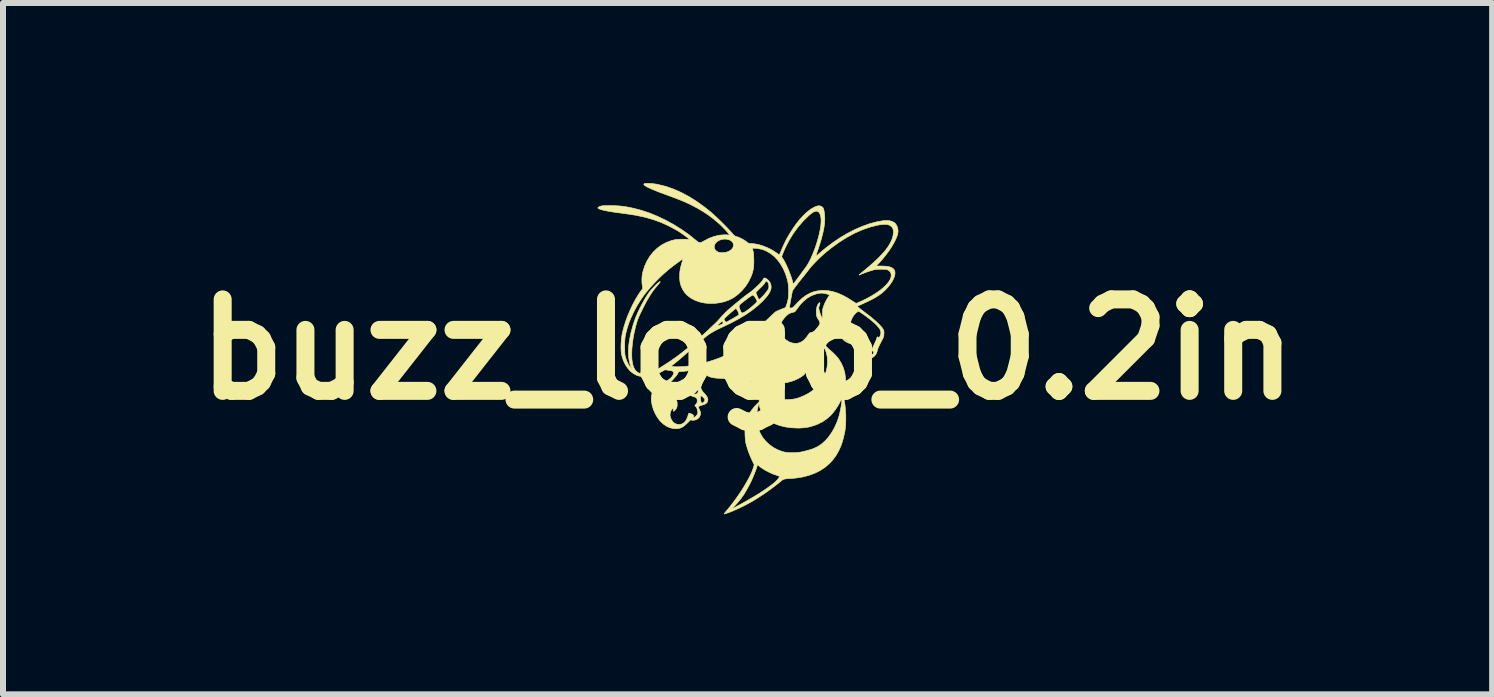
<source format=kicad_pcb>
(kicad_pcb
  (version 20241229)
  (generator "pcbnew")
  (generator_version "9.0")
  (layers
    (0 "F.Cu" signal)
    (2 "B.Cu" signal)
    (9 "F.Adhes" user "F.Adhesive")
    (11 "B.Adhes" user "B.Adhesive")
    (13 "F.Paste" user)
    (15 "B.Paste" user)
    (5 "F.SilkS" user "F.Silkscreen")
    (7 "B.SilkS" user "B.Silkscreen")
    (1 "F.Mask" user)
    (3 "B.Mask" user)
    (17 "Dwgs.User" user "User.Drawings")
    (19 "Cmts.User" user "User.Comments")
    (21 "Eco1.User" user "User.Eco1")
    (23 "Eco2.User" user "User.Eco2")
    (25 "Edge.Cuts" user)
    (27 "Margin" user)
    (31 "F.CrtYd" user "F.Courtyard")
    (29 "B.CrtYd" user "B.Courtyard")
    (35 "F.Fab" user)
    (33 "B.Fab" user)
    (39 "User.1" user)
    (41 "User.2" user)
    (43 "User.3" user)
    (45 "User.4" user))
  (footprint "buzz_logo_0.2in"
    (layer "F.Cu")
    (at 9.405 2.773)
    (property "Reference" "buzz_logo_0.2in" (at 0 0 0) (layer "F.SilkS") (effects (font (size 1.524 1.524) (thickness 0.3))))
    (attr through_hole)
    (fp_poly (pts (xy -1.631 -2.767) (xy -1.593 -2.764) (xy -1.554 -2.76) (xy -1.517 -2.755) (xy -1.489 -2.749) (xy -1.36 -2.717) (xy -1.231 -2.672) (xy -1.103 -2.615) (xy -0.975 -2.547) (xy -0.846 -2.466) (xy -0.717 -2.373) (xy -0.622 -2.297) (xy -0.587 -2.267) (xy -0.546 -2.229) (xy -0.5 -2.187) (xy -0.453 -2.142) (xy -0.406 -2.095) (xy -0.361 -2.05) (xy -0.32 -2.007) (xy -0.285 -1.97) (xy -0.264 -1.945) (xy -0.243 -1.921) (xy -0.227 -1.905) (xy -0.214 -1.894) (xy -0.2 -1.887) (xy -0.185 -1.882) (xy -0.139 -1.866) (xy -0.091 -1.842) (xy -0.046 -1.816) (xy -0.019 -1.796) (xy 0.001 -1.78) (xy 0.016 -1.771) (xy 0.03 -1.767) (xy 0.047 -1.765) (xy 0.059 -1.765) (xy 0.122 -1.76) (xy 0.191 -1.746) (xy 0.262 -1.724) (xy 0.334 -1.695) (xy 0.404 -1.66) (xy 0.468 -1.619) (xy 0.476 -1.614) (xy 0.496 -1.599) (xy 0.513 -1.587) (xy 0.523 -1.58) (xy 0.524 -1.58) (xy 0.53 -1.582) (xy 0.538 -1.595) (xy 0.55 -1.62) (xy 0.559 -1.643) (xy 0.601 -1.74) (xy 0.648 -1.835) (xy 0.699 -1.925) (xy 0.754 -2.011) (xy 0.81 -2.091) (xy 0.869 -2.165) (xy 0.928 -2.23) (xy 0.987 -2.286) (xy 1.045 -2.332) (xy 1.102 -2.366) (xy 1.105 -2.368) (xy 1.145 -2.385) (xy 1.177 -2.394) (xy 1.205 -2.393) (xy 1.23 -2.384) (xy 1.239 -2.378) (xy 1.251 -2.369) (xy 1.26 -2.357) (xy 1.267 -2.342) (xy 1.273 -2.319) (xy 1.278 -2.288) (xy 1.283 -2.251) (xy 1.287 -2.185) (xy 1.284 -2.11) (xy 1.273 -2.027) (xy 1.254 -1.936) (xy 1.228 -1.835) (xy 1.194 -1.725) (xy 1.182 -1.689) (xy 1.17 -1.653) (xy 1.158 -1.62) (xy 1.149 -1.592) (xy 1.143 -1.572) (xy 1.14 -1.563) (xy 1.14 -1.557) (xy 1.145 -1.559) (xy 1.157 -1.568) (xy 1.177 -1.584) (xy 1.188 -1.594) (xy 1.304 -1.692) (xy 1.422 -1.781) (xy 1.542 -1.862) (xy 1.664 -1.934) (xy 1.786 -1.997) (xy 1.908 -2.05) (xy 2.027 -2.093) (xy 2.144 -2.125) (xy 2.257 -2.146) (xy 2.262 -2.147) (xy 2.32 -2.15) (xy 2.371 -2.145) (xy 2.415 -2.131) (xy 2.451 -2.11) (xy 2.472 -2.087) (xy 2.49 -2.056) (xy 2.502 -2.019) (xy 2.508 -1.98) (xy 2.508 -1.973) (xy 2.504 -1.933) (xy 2.49 -1.886) (xy 2.468 -1.833) (xy 2.438 -1.775) (xy 2.402 -1.713) (xy 2.359 -1.648) (xy 2.31 -1.582) (xy 2.257 -1.515) (xy 2.199 -1.449) (xy 2.196 -1.446) (xy 2.145 -1.391) (xy 2.23 -1.391) (xy 2.294 -1.388) (xy 2.347 -1.382) (xy 2.388 -1.37) (xy 2.42 -1.353) (xy 2.441 -1.331) (xy 2.454 -1.304) (xy 2.457 -1.271) (xy 2.452 -1.231) (xy 2.436 -1.186) (xy 2.412 -1.139) (xy 2.38 -1.09) (xy 2.341 -1.041) (xy 2.297 -0.993) (xy 2.249 -0.949) (xy 2.197 -0.909) (xy 2.183 -0.9) (xy 2.142 -0.874) (xy 2.099 -0.849) (xy 2.051 -0.824) (xy 1.995 -0.797) (xy 1.93 -0.767) (xy 1.926 -0.765) (xy 1.829 -0.721) (xy 1.843 -0.706) (xy 1.852 -0.698) (xy 1.87 -0.683) (xy 1.894 -0.664) (xy 1.924 -0.641) (xy 1.958 -0.615) (xy 1.981 -0.598) (xy 2.038 -0.554) (xy 2.092 -0.51) (xy 2.14 -0.468) (xy 2.182 -0.428) (xy 2.217 -0.392) (xy 2.244 -0.361) (xy 2.257 -0.341) (xy 2.266 -0.324) (xy 2.271 -0.309) (xy 2.273 -0.292) (xy 2.273 -0.267) (xy 2.272 -0.262) (xy 2.271 -0.237) (xy 2.267 -0.216) (xy 2.26 -0.196) (xy 2.249 -0.172) (xy 2.242 -0.159) (xy 2.219 -0.115) (xy 2.201 -0.081) (xy 2.188 -0.053) (xy 2.178 -0.032) (xy 2.171 -0.013) (xy 2.166 0.004) (xy 2.161 0.021) (xy 2.161 0.025) (xy 2.145 0.069) (xy 2.121 0.104) (xy 2.087 0.132) (xy 2.067 0.143) (xy 2.038 0.154) (xy 2.011 0.156) (xy 1.985 0.149) (xy 1.955 0.131) (xy 1.945 0.124) (xy 1.917 0.102) (xy 1.891 0.079) (xy 1.863 0.052) (xy 1.833 0.019) (xy 1.797 -0.021) (xy 1.796 -0.022) (xy 1.773 -0.048) (xy 1.756 -0.067) (xy 1.742 -0.08) (xy 1.728 -0.089) (xy 1.713 -0.096) (xy 1.694 -0.103) (xy 1.652 -0.122) (xy 1.617 -0.143) (xy 1.591 -0.167) (xy 1.574 -0.19) (xy 1.572 -0.198) (xy 1.613 -0.198) (xy 1.619 -0.175) (xy 1.631 -0.158) (xy 1.645 -0.147) (xy 1.66 -0.141) (xy 1.681 -0.14) (xy 1.682 -0.14) (xy 1.703 -0.141) (xy 1.714 -0.144) (xy 1.719 -0.151) (xy 1.72 -0.153) (xy 1.723 -0.158) (xy 1.727 -0.159) (xy 1.735 -0.156) (xy 1.749 -0.147) (xy 1.77 -0.131) (xy 1.785 -0.119) (xy 1.827 -0.087) (xy 1.862 -0.061) (xy 1.893 -0.039) (xy 1.923 -0.02) (xy 1.929 -0.016) (xy 1.945 -0.006) (xy 1.952 0.001) (xy 1.951 0.007) (xy 1.946 0.013) (xy 1.935 0.022) (xy 1.921 0.024) (xy 1.908 0.022) (xy 1.883 0.019) (xy 1.908 0.041) (xy 1.938 0.064) (xy 1.971 0.082) (xy 2.003 0.093) (xy 2.022 0.095) (xy 2.045 0.092) (xy 2.069 0.085) (xy 2.075 0.083) (xy 2.091 0.074) (xy 2.1 0.065) (xy 2.102 0.062) (xy 2.099 0.042) (xy 2.091 0.029) (xy 2.082 0.025) (xy 2.07 0.022) (xy 2.067 0.018) (xy 2.068 0.011) (xy 2.074 -0.006) (xy 2.084 -0.03) (xy 2.097 -0.059) (xy 2.104 -0.072) (xy 2.12 -0.105) (xy 2.134 -0.136) (xy 2.145 -0.163) (xy 2.152 -0.183) (xy 2.153 -0.187) (xy 2.158 -0.204) (xy 2.162 -0.212) (xy 2.166 -0.21) (xy 2.17 -0.206) (xy 2.181 -0.198) (xy 2.193 -0.203) (xy 2.206 -0.22) (xy 2.211 -0.229) (xy 2.221 -0.262) (xy 2.22 -0.297) (xy 2.209 -0.331) (xy 2.207 -0.335) (xy 2.183 -0.369) (xy 2.15 -0.407) (xy 2.106 -0.449) (xy 2.054 -0.493) (xy 1.995 -0.539) (xy 1.93 -0.586) (xy 1.891 -0.613) (xy 1.871 -0.625) (xy 1.858 -0.632) (xy 1.848 -0.633) (xy 1.837 -0.63) (xy 1.835 -0.629) (xy 1.809 -0.612) (xy 1.783 -0.586) (xy 1.759 -0.552) (xy 1.742 -0.521) (xy 1.726 -0.485) (xy 1.717 -0.457) (xy 1.716 -0.436) (xy 1.72 -0.42) (xy 1.729 -0.409) (xy 1.745 -0.389) (xy 1.751 -0.368) (xy 1.745 -0.346) (xy 1.729 -0.321) (xy 1.7 -0.293) (xy 1.679 -0.275) (xy 1.656 -0.257) (xy 1.637 -0.24) (xy 1.624 -0.228) (xy 1.619 -0.222) (xy 1.613 -0.198) (xy 1.572 -0.198) (xy 1.569 -0.213) (xy 1.574 -0.236) (xy 1.589 -0.264) (xy 1.614 -0.298) (xy 1.635 -0.323) (xy 1.657 -0.349) (xy 1.671 -0.369) (xy 1.675 -0.383) (xy 1.671 -0.391) (xy 1.659 -0.396) (xy 1.648 -0.397) (xy 1.626 -0.398) (xy 1.595 -0.398) (xy 1.558 -0.399) (xy 1.517 -0.399) (xy 1.473 -0.399) (xy 1.429 -0.399) (xy 1.387 -0.399) (xy 1.348 -0.398) (xy 1.316 -0.398) (xy 1.291 -0.397) (xy 1.277 -0.396) (xy 1.275 -0.396) (xy 1.262 -0.391) (xy 1.257 -0.385) (xy 1.254 -0.377) (xy 1.244 -0.361) (xy 1.229 -0.34) (xy 1.213 -0.318) (xy 1.195 -0.294) (xy 1.181 -0.273) (xy 1.171 -0.257) (xy 1.168 -0.25) (xy 1.172 -0.236) (xy 1.182 -0.216) (xy 1.197 -0.192) (xy 1.214 -0.166) (xy 1.225 -0.152) (xy 1.258 -0.112) (xy 1.29 -0.074) (xy 1.321 -0.04) (xy 1.347 -0.013) (xy 1.368 0.006) (xy 1.375 0.012) (xy 1.406 0.037) (xy 1.44 0.069) (xy 1.473 0.104) (xy 1.503 0.138) (xy 1.519 0.159) (xy 1.563 0.231) (xy 1.597 0.307) (xy 1.62 0.387) (xy 1.632 0.472) (xy 1.633 0.562) (xy 1.624 0.659) (xy 1.612 0.723) (xy 1.599 0.789) (xy 1.612 0.853) (xy 1.624 0.928) (xy 1.632 1.01) (xy 1.637 1.095) (xy 1.637 1.181) (xy 1.634 1.262) (xy 1.626 1.336) (xy 1.623 1.359) (xy 1.598 1.474) (xy 1.566 1.58) (xy 1.525 1.676) (xy 1.476 1.764) (xy 1.418 1.842) (xy 1.372 1.892) (xy 1.298 1.958) (xy 1.216 2.013) (xy 1.125 2.059) (xy 1.026 2.096) (xy 0.919 2.124) (xy 0.804 2.142) (xy 0.743 2.147) (xy 0.697 2.15) (xy 0.662 2.153) (xy 0.636 2.156) (xy 0.616 2.159) (xy 0.6 2.164) (xy 0.586 2.171) (xy 0.572 2.18) (xy 0.557 2.193) (xy 0.542 2.206) (xy 0.458 2.272) (xy 0.368 2.339) (xy 0.275 2.405) (xy 0.181 2.466) (xy 0.092 2.522) (xy 0.054 2.543) (xy -0.006 2.576) (xy -0.069 2.609) (xy -0.133 2.64) (xy -0.197 2.669) (xy -0.256 2.695) (xy -0.31 2.716) (xy -0.356 2.731) (xy -0.361 2.733) (xy -0.38 2.738) (xy -0.389 2.74) (xy -0.39 2.737) (xy -0.386 2.732) (xy -0.379 2.723) (xy -0.366 2.707) (xy -0.348 2.685) (xy -0.33 2.664) (xy -0.329 2.663) (xy -0.27 2.663) (xy -0.219 2.635) (xy -0.195 2.622) (xy -0.164 2.605) (xy -0.128 2.585) (xy -0.091 2.565) (xy -0.076 2.557) (xy 0.019 2.503) (xy 0.108 2.451) (xy 0.19 2.401) (xy 0.265 2.352) (xy 0.332 2.307) (xy 0.39 2.264) (xy 0.439 2.226) (xy 0.478 2.191) (xy 0.506 2.161) (xy 0.515 2.149) (xy 0.525 2.133) (xy 0.532 2.12) (xy 0.533 2.116) (xy 0.528 2.112) (xy 0.513 2.106) (xy 0.491 2.098) (xy 0.478 2.093) (xy 0.422 2.074) (xy 0.365 2.048) (xy 0.309 2.02) (xy 0.258 1.989) (xy 0.214 1.959) (xy 0.192 1.941) (xy 0.167 1.918) (xy 0.153 1.964) (xy 0.136 2.013) (xy 0.114 2.069) (xy 0.09 2.128) (xy 0.064 2.187) (xy 0.038 2.241) (xy 0.034 2.248) (xy -0.014 2.337) (xy -0.062 2.417) (xy -0.113 2.488) (xy -0.168 2.555) (xy -0.209 2.6) (xy -0.27 2.663) (xy -0.329 2.663) (xy -0.272 2.592) (xy -0.216 2.518) (xy -0.161 2.441) (xy -0.109 2.364) (xy -0.061 2.289) (xy -0.018 2.215) (xy 0.021 2.145) (xy 0.053 2.081) (xy 0.079 2.022) (xy 0.097 1.971) (xy 0.1 1.96) (xy 0.111 1.919) (xy 0.071 1.837) (xy 0.045 1.777) (xy 0.019 1.713) (xy -0.003 1.648) (xy -0.021 1.587) (xy -0.029 1.556) (xy -0.033 1.531) (xy -0.037 1.497) (xy -0.04 1.457) (xy -0.042 1.415) (xy -0.042 1.407) (xy -0.043 1.364) (xy -0.043 1.331) (xy -0.042 1.304) (xy -0.039 1.279) (xy -0.035 1.253) (xy -0.033 1.245) (xy -0.011 1.162) (xy 0.011 1.108) (xy 0.153 1.108) (xy 0.157 1.195) (xy 0.171 1.279) (xy 0.195 1.358) (xy 0.214 1.4) (xy 0.254 1.468) (xy 0.305 1.53) (xy 0.365 1.586) (xy 0.432 1.634) (xy 0.504 1.672) (xy 0.581 1.701) (xy 0.619 1.71) (xy 0.656 1.716) (xy 0.701 1.719) (xy 0.75 1.72) (xy 0.799 1.719) (xy 0.845 1.715) (xy 0.877 1.711) (xy 0.916 1.703) (xy 0.961 1.692) (xy 1.006 1.68) (xy 1.049 1.668) (xy 1.085 1.656) (xy 1.099 1.651) (xy 1.167 1.619) (xy 1.232 1.576) (xy 1.294 1.521) (xy 1.351 1.457) (xy 1.403 1.383) (xy 1.45 1.3) (xy 1.49 1.21) (xy 1.507 1.164) (xy 1.519 1.128) (xy 1.53 1.088) (xy 1.54 1.045) (xy 1.549 1.002) (xy 1.557 0.96) (xy 1.563 0.922) (xy 1.568 0.888) (xy 1.57 0.861) (xy 1.569 0.842) (xy 1.565 0.833) (xy 1.564 0.832) (xy 1.559 0.837) (xy 1.551 0.852) (xy 1.541 0.872) (xy 1.54 0.875) (xy 1.519 0.916) (xy 1.49 0.963) (xy 1.458 1.01) (xy 1.424 1.054) (xy 1.391 1.091) (xy 1.389 1.094) (xy 1.321 1.155) (xy 1.248 1.204) (xy 1.169 1.244) (xy 1.111 1.266) (xy 1.049 1.285) (xy 0.99 1.298) (xy 0.929 1.305) (xy 0.862 1.309) (xy 0.838 1.309) (xy 0.728 1.304) (xy 0.625 1.289) (xy 0.529 1.265) (xy 0.441 1.232) (xy 0.426 1.225) (xy 0.393 1.208) (xy 0.367 1.192) (xy 0.345 1.175) (xy 0.32 1.153) (xy 0.308 1.141) (xy 0.262 1.087) (xy 0.228 1.031) (xy 0.206 0.973) (xy 0.204 0.965) (xy 0.199 0.943) (xy 0.194 0.922) (xy 0.193 0.918) (xy 0.19 0.907) (xy 0.188 0.906) (xy 0.185 0.914) (xy 0.18 0.93) (xy 0.161 1.019) (xy 0.153 1.108) (xy 0.011 1.108) (xy 0.02 1.088) (xy 0.061 1.019) (xy 0.113 0.955) (xy 0.133 0.934) (xy 0.193 0.874) (xy 0.196 0.742) (xy 0.197 0.694) (xy 0.197 0.657) (xy 0.196 0.629) (xy 0.193 0.609) (xy 0.187 0.594) (xy 0.179 0.583) (xy 0.168 0.575) (xy 0.154 0.568) (xy 0.218 0.568) (xy 0.22 0.573) (xy 0.228 0.587) (xy 0.24 0.606) (xy 0.245 0.613) (xy 0.294 0.677) (xy 0.351 0.731) (xy 0.415 0.774) (xy 0.486 0.807) (xy 0.564 0.83) (xy 0.577 0.832) (xy 0.611 0.836) (xy 0.653 0.836) (xy 0.7 0.834) (xy 0.748 0.829) (xy 0.792 0.822) (xy 0.815 0.817) (xy 0.871 0.799) (xy 0.93 0.774) (xy 0.989 0.745) (xy 1.043 0.713) (xy 1.07 0.694) (xy 1.103 0.667) (xy 1.138 0.635) (xy 1.173 0.6) (xy 1.206 0.564) (xy 1.233 0.531) (xy 1.25 0.505) (xy 1.282 0.443) (xy 1.307 0.373) (xy 1.324 0.299) (xy 1.333 0.226) (xy 1.333 0.199) (xy 1.328 0.122) (xy 1.313 0.051) (xy 1.286 -0.017) (xy 1.248 -0.081) (xy 1.198 -0.144) (xy 1.171 -0.172) (xy 1.151 -0.192) (xy 1.135 -0.207) (xy 1.123 -0.217) (xy 1.119 -0.219) (xy 1.119 -0.212) (xy 1.121 -0.197) (xy 1.124 -0.18) (xy 1.129 -0.145) (xy 1.132 -0.103) (xy 1.132 -0.055) (xy 1.13 -0.008) (xy 1.125 0.036) (xy 1.122 0.06) (xy 1.107 0.118) (xy 1.087 0.178) (xy 1.061 0.237) (xy 1.033 0.294) (xy 1.002 0.345) (xy 0.969 0.389) (xy 0.937 0.423) (xy 0.931 0.429) (xy 0.89 0.458) (xy 0.841 0.486) (xy 0.789 0.51) (xy 0.746 0.526) (xy 0.675 0.546) (xy 0.596 0.561) (xy 0.511 0.571) (xy 0.424 0.576) (xy 0.337 0.575) (xy 0.295 0.573) (xy 0.266 0.571) (xy 0.241 0.569) (xy 0.224 0.568) (xy 0.218 0.568) (xy 0.218 0.568) (xy 0.154 0.568) (xy 0.153 0.567) (xy 0.145 0.563) (xy 0.124 0.554) (xy 0.101 0.546) (xy 0.075 0.539) (xy 0.044 0.532) (xy 0.007 0.525) (xy -0.038 0.518) (xy -0.093 0.511) (xy -0.157 0.502) (xy -0.188 0.499) (xy -0.22 0.495) (xy -0.261 0.492) (xy -0.309 0.488) (xy -0.358 0.485) (xy -0.407 0.483) (xy -0.413 0.483) (xy -0.471 0.48) (xy -0.518 0.477) (xy -0.556 0.472) (xy -0.587 0.467) (xy -0.614 0.461) (xy -0.637 0.452) (xy -0.656 0.444) (xy -0.671 0.436) (xy -0.681 0.433) (xy -0.682 0.433) (xy -0.686 0.439) (xy -0.695 0.453) (xy -0.707 0.472) (xy -0.712 0.48) (xy -0.741 0.526) (xy -0.762 0.565) (xy -0.774 0.598) (xy -0.778 0.627) (xy -0.774 0.653) (xy -0.762 0.679) (xy -0.742 0.707) (xy -0.723 0.728) (xy -0.693 0.762) (xy -0.674 0.791) (xy -0.663 0.816) (xy -0.661 0.841) (xy -0.667 0.866) (xy -0.669 0.873) (xy -0.682 0.892) (xy -0.704 0.907) (xy -0.737 0.921) (xy -0.765 0.929) (xy -0.787 0.936) (xy -0.804 0.944) (xy -0.812 0.949) (xy -0.817 0.956) (xy -0.818 0.964) (xy -0.813 0.977) (xy -0.805 0.992) (xy -0.791 1.024) (xy -0.784 1.051) (xy -0.784 1.077) (xy -0.788 1.094) (xy -0.802 1.126) (xy -0.825 1.151) (xy -0.856 1.169) (xy -0.891 1.179) (xy -0.925 1.178) (xy -0.952 1.174) (xy -1.005 1.227) (xy -1.044 1.263) (xy -1.079 1.289) (xy -1.114 1.307) (xy -1.15 1.316) (xy -1.177 1.32) (xy -1.238 1.317) (xy -1.298 1.302) (xy -1.356 1.275) (xy -1.406 1.24) (xy -1.456 1.192) (xy -1.5 1.135) (xy -1.527 1.089) (xy -1.292 1.089) (xy -1.286 1.126) (xy -1.268 1.171) (xy -1.243 1.206) (xy -1.212 1.232) (xy -1.176 1.246) (xy -1.136 1.25) (xy -1.103 1.244) (xy -1.071 1.229) (xy -1.042 1.203) (xy -1.017 1.167) (xy -0.998 1.124) (xy -0.99 1.094) (xy -0.985 1.074) (xy -0.98 1.065) (xy -0.974 1.062) (xy -0.963 1.064) (xy -0.938 1.072) (xy -0.916 1.084) (xy -0.901 1.098) (xy -0.899 1.1) (xy -0.896 1.11) (xy -0.904 1.119) (xy -0.905 1.12) (xy -0.913 1.127) (xy -0.911 1.13) (xy -0.898 1.13) (xy -0.882 1.127) (xy -0.867 1.118) (xy -0.855 1.105) (xy -0.837 1.083) (xy -0.829 1.062) (xy -0.828 1.04) (xy -0.832 1.02) (xy -0.842 0.984) (xy -0.856 0.958) (xy -0.87 0.945) (xy -0.876 0.94) (xy -0.877 0.934) (xy -0.87 0.924) (xy -0.86 0.913) (xy -0.846 0.896) (xy -0.84 0.88) (xy -0.838 0.86) (xy -0.838 0.857) (xy -0.84 0.83) (xy -0.846 0.812) (xy -0.85 0.809) (xy -0.786 0.809) (xy -0.783 0.832) (xy -0.779 0.855) (xy -0.773 0.876) (xy -0.766 0.891) (xy -0.759 0.895) (xy -0.749 0.891) (xy -0.736 0.881) (xy -0.731 0.877) (xy -0.715 0.857) (xy -0.711 0.839) (xy -0.718 0.82) (xy -0.738 0.798) (xy -0.742 0.794) (xy -0.76 0.78) (xy -0.77 0.774) (xy -0.777 0.774) (xy -0.781 0.778) (xy -0.785 0.79) (xy -0.786 0.809) (xy -0.85 0.809) (xy -0.86 0.8) (xy -0.883 0.791) (xy -0.884 0.791) (xy -0.93 0.775) (xy -0.963 0.76) (xy -0.985 0.745) (xy -0.995 0.731) (xy -0.997 0.723) (xy -0.993 0.714) (xy -0.981 0.712) (xy -0.961 0.719) (xy -0.943 0.727) (xy -0.916 0.738) (xy -0.888 0.743) (xy -0.862 0.743) (xy -0.843 0.737) (xy -0.837 0.732) (xy -0.825 0.71) (xy -0.822 0.685) (xy -0.828 0.662) (xy -0.844 0.639) (xy -0.867 0.618) (xy -0.89 0.604) (xy -0.891 0.604) (xy -0.917 0.598) (xy -0.954 0.597) (xy -1 0.601) (xy -1.055 0.609) (xy -1.089 0.616) (xy -1.133 0.625) (xy -1.166 0.633) (xy -1.19 0.641) (xy -1.207 0.65) (xy -1.219 0.659) (xy -1.227 0.67) (xy -1.229 0.674) (xy -1.234 0.688) (xy -1.235 0.704) (xy -1.232 0.725) (xy -1.223 0.751) (xy -1.209 0.786) (xy -1.199 0.808) (xy -1.186 0.838) (xy -1.178 0.861) (xy -1.174 0.881) (xy -1.172 0.903) (xy -1.172 0.911) (xy -1.173 0.938) (xy -1.176 0.958) (xy -1.184 0.976) (xy -1.189 0.986) (xy -1.206 1.009) (xy -1.222 1.024) (xy -1.235 1.029) (xy -1.237 1.023) (xy -1.238 1.009) (xy -1.238 1.002) (xy -1.238 0.976) (xy -1.252 0.988) (xy -1.274 1.016) (xy -1.287 1.051) (xy -1.292 1.089) (xy -1.527 1.089) (xy -1.538 1.069) (xy -1.569 0.998) (xy -1.591 0.923) (xy -1.603 0.848) (xy -1.604 0.813) (xy -1.6 0.773) (xy -1.592 0.734) (xy -1.581 0.7) (xy -1.576 0.687) (xy -1.559 0.662) (xy -1.538 0.641) (xy -1.454 0.641) (xy -1.449 0.642) (xy -1.434 0.639) (xy -1.414 0.634) (xy -1.386 0.627) (xy -1.355 0.622) (xy -1.337 0.62) (xy -1.312 0.621) (xy -1.289 0.625) (xy -1.278 0.628) (xy -1.263 0.633) (xy -1.253 0.632) (xy -1.246 0.627) (xy -1.229 0.615) (xy -1.203 0.601) (xy -1.17 0.586) (xy -1.135 0.572) (xy -1.1 0.56) (xy -1.078 0.553) (xy -1.06 0.548) (xy -1.042 0.545) (xy -1.023 0.544) (xy -0.998 0.544) (xy -0.965 0.546) (xy -0.953 0.546) (xy -0.919 0.548) (xy -0.889 0.55) (xy -0.866 0.552) (xy -0.852 0.554) (xy -0.85 0.555) (xy -0.84 0.555) (xy -0.825 0.546) (xy -0.811 0.534) (xy -0.785 0.505) (xy -0.768 0.475) (xy -0.757 0.439) (xy -0.754 0.424) (xy -0.755 0.412) (xy -0.76 0.401) (xy -0.773 0.385) (xy -0.777 0.38) (xy -0.794 0.36) (xy -0.81 0.343) (xy -0.821 0.334) (xy -0.833 0.327) (xy -0.843 0.324) (xy -0.858 0.327) (xy -0.868 0.33) (xy -0.91 0.341) (xy -0.952 0.349) (xy -0.997 0.356) (xy -1.049 0.362) (xy -1.062 0.363) (xy -1.148 0.37) (xy -1.16 0.396) (xy -1.167 0.409) (xy -1.178 0.425) (xy -1.195 0.446) (xy -1.218 0.473) (xy -1.248 0.506) (xy -1.266 0.526) (xy -1.277 0.537) (xy -1.291 0.547) (xy -1.311 0.559) (xy -1.338 0.572) (xy -1.375 0.588) (xy -1.39 0.594) (xy -1.411 0.605) (xy -1.431 0.617) (xy -1.446 0.63) (xy -1.454 0.639) (xy -1.454 0.641) (xy -1.538 0.641) (xy -1.534 0.638) (xy -1.501 0.612) (xy -1.457 0.585) (xy -1.41 0.559) (xy -1.358 0.531) (xy -1.317 0.505) (xy -1.285 0.48) (xy -1.261 0.456) (xy -1.244 0.43) (xy -1.241 0.424) (xy -1.232 0.406) (xy -1.229 0.394) (xy -1.23 0.385) (xy -1.235 0.377) (xy -1.241 0.368) (xy -1.248 0.362) (xy -1.257 0.358) (xy -1.272 0.354) (xy -1.296 0.35) (xy -1.318 0.347) (xy -1.375 0.338) (xy -1.422 0.365) (xy -1.488 0.398) (xy -1.552 0.424) (xy -1.591 0.435) (xy -1.624 0.442) (xy -1.664 0.446) (xy -1.707 0.449) (xy -1.747 0.449) (xy -1.782 0.447) (xy -1.798 0.445) (xy -1.854 0.427) (xy -1.907 0.397) (xy -1.956 0.358) (xy -1.999 0.308) (xy -2.037 0.251) (xy -2.068 0.187) (xy -2.091 0.116) (xy -2.099 0.083) (xy -2.105 0.041) (xy -2.108 -0.009) (xy -2.108 -0.048) (xy -2.047 -0.048) (xy -2.047 -0.002) (xy -2.046 0.033) (xy -2.045 0.061) (xy -2.043 0.083) (xy -2.04 0.103) (xy -2.035 0.121) (xy -2.033 0.13) (xy -2.019 0.173) (xy -2.001 0.217) (xy -1.98 0.256) (xy -1.96 0.287) (xy -1.952 0.296) (xy -1.931 0.321) (xy -1.941 0.295) (xy -1.966 0.219) (xy -1.98 0.135) (xy -1.985 0.043) (xy -1.981 -0.057) (xy -1.966 -0.165) (xy -1.942 -0.281) (xy -1.908 -0.404) (xy -1.888 -0.467) (xy -1.863 -0.535) (xy -1.831 -0.609) (xy -1.795 -0.686) (xy -1.756 -0.762) (xy -1.715 -0.835) (xy -1.674 -0.902) (xy -1.637 -0.956) (xy -1.618 -0.979) (xy -1.596 -1.006) (xy -1.57 -1.033) (xy -1.544 -1.06) (xy -1.519 -1.085) (xy -1.496 -1.106) (xy -1.477 -1.122) (xy -1.464 -1.131) (xy -1.458 -1.133) (xy -1.455 -1.129) (xy -1.458 -1.121) (xy -1.468 -1.107) (xy -1.486 -1.085) (xy -1.493 -1.078) (xy -1.536 -1.026) (xy -1.575 -0.976) (xy -1.612 -0.922) (xy -1.65 -0.86) (xy -1.672 -0.823) (xy -1.695 -0.78) (xy -1.72 -0.733) (xy -1.745 -0.683) (xy -1.769 -0.634) (xy -1.792 -0.587) (xy -1.811 -0.545) (xy -1.826 -0.509) (xy -1.837 -0.481) (xy -1.837 -0.479) (xy -1.863 -0.39) (xy -1.886 -0.294) (xy -1.905 -0.196) (xy -1.918 -0.099) (xy -1.927 -0.007) (xy -1.93 0.078) (xy -1.93 0.079) (xy -1.927 0.158) (xy -1.918 0.226) (xy -1.903 0.283) (xy -1.882 0.328) (xy -1.854 0.363) (xy -1.82 0.388) (xy -1.78 0.402) (xy -1.733 0.406) (xy -1.679 0.399) (xy -1.656 0.394) (xy -1.625 0.385) (xy -1.595 0.375) (xy -1.563 0.361) (xy -1.528 0.344) (xy -1.489 0.323) (xy -1.445 0.297) (xy -1.395 0.265) (xy -1.337 0.227) (xy -1.27 0.183) (xy -1.258 0.174) (xy -1.178 0.118) (xy -1.091 0.052) (xy -0.996 -0.024) (xy -0.894 -0.11) (xy -0.785 -0.206) (xy -0.78 -0.21) (xy -0.727 -0.258) (xy -0.675 -0.305) (xy -0.627 -0.351) (xy -0.582 -0.393) (xy -0.579 -0.396) (xy -0.508 -0.396) (xy -0.507 -0.394) (xy -0.506 -0.394) (xy -0.5 -0.395) (xy -0.485 -0.4) (xy -0.475 -0.403) (xy -0.445 -0.413) (xy -0.423 -0.424) (xy -0.409 -0.434) (xy -0.406 -0.44) (xy -0.41 -0.452) (xy -0.415 -0.461) (xy -0.42 -0.466) (xy -0.426 -0.467) (xy -0.434 -0.462) (xy -0.448 -0.451) (xy -0.466 -0.436) (xy -0.488 -0.416) (xy -0.502 -0.403) (xy -0.508 -0.396) (xy -0.579 -0.396) (xy -0.541 -0.432) (xy -0.507 -0.466) (xy -0.48 -0.494) (xy -0.478 -0.497) (xy -0.39 -0.497) (xy -0.384 -0.485) (xy -0.378 -0.476) (xy -0.366 -0.461) (xy -0.358 -0.455) (xy -0.35 -0.457) (xy -0.347 -0.458) (xy -0.337 -0.464) (xy -0.318 -0.474) (xy -0.293 -0.489) (xy -0.263 -0.506) (xy -0.244 -0.516) (xy -0.214 -0.534) (xy -0.187 -0.55) (xy -0.165 -0.563) (xy -0.151 -0.572) (xy -0.147 -0.574) (xy -0.144 -0.585) (xy -0.147 -0.604) (xy -0.156 -0.627) (xy -0.169 -0.652) (xy -0.176 -0.662) (xy -0.192 -0.686) (xy -0.225 -0.66) (xy -0.253 -0.637) (xy -0.282 -0.612) (xy -0.312 -0.586) (xy -0.338 -0.562) (xy -0.361 -0.541) (xy -0.377 -0.525) (xy -0.384 -0.516) (xy -0.39 -0.506) (xy -0.39 -0.497) (xy -0.478 -0.497) (xy -0.461 -0.515) (xy -0.457 -0.521) (xy -0.441 -0.539) (xy -0.42 -0.563) (xy -0.395 -0.59) (xy -0.372 -0.613) (xy -0.345 -0.639) (xy -0.309 -0.67) (xy -0.268 -0.706) (xy -0.253 -0.718) (xy -0.141 -0.718) (xy -0.139 -0.702) (xy -0.133 -0.683) (xy -0.123 -0.657) (xy -0.123 -0.656) (xy -0.111 -0.629) (xy -0.101 -0.614) (xy -0.088 -0.609) (xy -0.072 -0.612) (xy -0.055 -0.62) (xy -0.036 -0.631) (xy -0.012 -0.648) (xy 0.015 -0.668) (xy 0.045 -0.691) (xy 0.074 -0.716) (xy 0.101 -0.739) (xy 0.125 -0.761) (xy 0.144 -0.78) (xy 0.156 -0.794) (xy 0.159 -0.8) (xy 0.155 -0.815) (xy 0.146 -0.837) (xy 0.133 -0.859) (xy 0.118 -0.88) (xy 0.107 -0.892) (xy 0.088 -0.908) (xy 0.062 -0.894) (xy 0.049 -0.885) (xy 0.028 -0.87) (xy 0.001 -0.851) (xy -0.028 -0.828) (xy -0.053 -0.809) (xy -0.087 -0.783) (xy -0.111 -0.763) (xy -0.128 -0.746) (xy -0.138 -0.732) (xy -0.141 -0.718) (xy -0.253 -0.718) (xy -0.222 -0.745) (xy -0.175 -0.784) (xy -0.127 -0.823) (xy -0.081 -0.86) (xy -0.039 -0.893) (xy -0.003 -0.92) (xy 0.02 -0.936) (xy 0.035 -0.947) (xy 0.14 -0.947) (xy 0.142 -0.938) (xy 0.148 -0.922) (xy 0.157 -0.901) (xy 0.166 -0.878) (xy 0.176 -0.857) (xy 0.184 -0.841) (xy 0.189 -0.833) (xy 0.189 -0.832) (xy 0.195 -0.835) (xy 0.207 -0.844) (xy 0.214 -0.849) (xy 0.232 -0.865) (xy 0.254 -0.887) (xy 0.277 -0.913) (xy 0.3 -0.941) (xy 0.321 -0.968) (xy 0.338 -0.992) (xy 0.349 -1.01) (xy 0.353 -1.019) (xy 0.355 -1.047) (xy 0.354 -1.076) (xy 0.348 -1.101) (xy 0.34 -1.118) (xy 0.339 -1.118) (xy 0.323 -1.134) (xy 0.311 -1.138) (xy 0.301 -1.132) (xy 0.29 -1.113) (xy 0.29 -1.113) (xy 0.275 -1.091) (xy 0.251 -1.063) (xy 0.217 -1.029) (xy 0.207 -1.02) (xy 0.183 -0.997) (xy 0.163 -0.976) (xy 0.148 -0.96) (xy 0.14 -0.949) (xy 0.14 -0.947) (xy 0.035 -0.947) (xy 0.05 -0.958) (xy 0.084 -0.985) (xy 0.119 -1.016) (xy 0.153 -1.047) (xy 0.186 -1.079) (xy 0.214 -1.108) (xy 0.237 -1.134) (xy 0.252 -1.154) (xy 0.256 -1.161) (xy 0.265 -1.178) (xy 0.273 -1.189) (xy 0.276 -1.191) (xy 0.292 -1.191) (xy 0.312 -1.182) (xy 0.333 -1.166) (xy 0.354 -1.145) (xy 0.372 -1.121) (xy 0.381 -1.104) (xy 0.392 -1.064) (xy 0.393 -1.024) (xy 0.382 -0.983) (xy 0.36 -0.938) (xy 0.327 -0.89) (xy 0.324 -0.887) (xy 0.253 -0.807) (xy 0.17 -0.73) (xy 0.075 -0.654) (xy -0.031 -0.581) (xy -0.149 -0.51) (xy -0.278 -0.441) (xy -0.358 -0.403) (xy -0.427 -0.37) (xy -0.486 -0.342) (xy -0.536 -0.316) (xy -0.579 -0.292) (xy -0.617 -0.27) (xy -0.65 -0.248) (xy -0.682 -0.224) (xy -0.712 -0.2) (xy -0.725 -0.188) (xy -0.752 -0.166) (xy -0.782 -0.14) (xy -0.812 -0.115) (xy -0.822 -0.107) (xy -0.844 -0.089) (xy -0.872 -0.065) (xy -0.905 -0.036) (xy -0.939 -0.007) (xy -0.965 0.016) (xy -1.023 0.068) (xy -1.072 0.112) (xy -1.116 0.15) (xy -1.153 0.181) (xy -1.186 0.208) (xy -1.215 0.232) (xy -1.222 0.237) (xy -1.244 0.254) (xy -1.258 0.266) (xy -1.264 0.274) (xy -1.264 0.278) (xy -1.26 0.282) (xy -1.247 0.285) (xy -1.224 0.287) (xy -1.194 0.288) (xy -1.157 0.288) (xy -1.118 0.287) (xy -1.077 0.285) (xy -1.038 0.282) (xy -1.003 0.278) (xy -0.991 0.277) (xy -0.874 0.257) (xy -0.762 0.232) (xy -0.653 0.204) (xy -0.55 0.171) (xy -0.455 0.136) (xy -0.367 0.098) (xy -0.288 0.058) (xy -0.22 0.016) (xy -0.175 -0.018) (xy -0.161 -0.03) (xy -0.14 -0.05) (xy -0.111 -0.077) (xy -0.075 -0.11) (xy -0.035 -0.149) (xy 0.009 -0.191) (xy 0.057 -0.237) (xy 0.108 -0.286) (xy 0.158 -0.335) (xy 0.173 -0.349) (xy 0.549 -0.349) (xy 0.551 -0.307) (xy 0.556 -0.273) (xy 0.567 -0.244) (xy 0.584 -0.217) (xy 0.607 -0.19) (xy 0.649 -0.154) (xy 0.694 -0.126) (xy 0.743 -0.109) (xy 0.792 -0.101) (xy 0.84 -0.105) (xy 0.879 -0.117) (xy 0.917 -0.139) (xy 0.954 -0.171) (xy 0.987 -0.21) (xy 1.006 -0.237) (xy 1.022 -0.26) (xy 1.033 -0.274) (xy 1.043 -0.279) (xy 1.046 -0.279) (xy 1.066 -0.283) (xy 1.09 -0.292) (xy 1.112 -0.304) (xy 1.12 -0.31) (xy 1.129 -0.32) (xy 1.143 -0.337) (xy 1.16 -0.358) (xy 1.169 -0.37) (xy 1.19 -0.398) (xy 1.202 -0.421) (xy 1.206 -0.441) (xy 1.202 -0.462) (xy 1.19 -0.486) (xy 1.179 -0.503) (xy 1.164 -0.527) (xy 1.155 -0.546) (xy 1.15 -0.566) (xy 1.147 -0.593) (xy 1.146 -0.596) (xy 1.145 -0.647) (xy 1.152 -0.694) (xy 1.164 -0.735) (xy 1.183 -0.767) (xy 1.186 -0.77) (xy 1.197 -0.78) (xy 1.204 -0.779) (xy 1.206 -0.768) (xy 1.203 -0.75) (xy 1.195 -0.726) (xy 1.194 -0.724) (xy 1.189 -0.71) (xy 1.186 -0.699) (xy 1.187 -0.686) (xy 1.19 -0.669) (xy 1.197 -0.644) (xy 1.198 -0.64) (xy 1.207 -0.609) (xy 1.217 -0.58) (xy 1.227 -0.554) (xy 1.236 -0.535) (xy 1.243 -0.525) (xy 1.244 -0.524) (xy 1.245 -0.529) (xy 1.247 -0.544) (xy 1.248 -0.567) (xy 1.248 -0.593) (xy 1.248 -0.629) (xy 1.251 -0.657) (xy 1.255 -0.681) (xy 1.262 -0.705) (xy 1.263 -0.708) (xy 1.281 -0.756) (xy 1.304 -0.805) (xy 1.329 -0.849) (xy 1.344 -0.873) (xy 1.357 -0.89) (xy 1.362 -0.901) (xy 1.361 -0.907) (xy 1.356 -0.912) (xy 1.342 -0.919) (xy 1.319 -0.925) (xy 1.292 -0.932) (xy 1.264 -0.937) (xy 1.239 -0.939) (xy 1.231 -0.94) (xy 1.183 -0.935) (xy 1.131 -0.922) (xy 1.078 -0.902) (xy 1.057 -0.893) (xy 0.994 -0.855) (xy 0.934 -0.806) (xy 0.877 -0.746) (xy 0.822 -0.673) (xy 0.819 -0.67) (xy 0.804 -0.648) (xy 0.793 -0.635) (xy 0.783 -0.627) (xy 0.769 -0.622) (xy 0.75 -0.618) (xy 0.749 -0.618) (xy 0.708 -0.605) (xy 0.67 -0.583) (xy 0.633 -0.549) (xy 0.604 -0.514) (xy 0.581 -0.483) (xy 0.566 -0.456) (xy 0.556 -0.431) (xy 0.551 -0.403) (xy 0.549 -0.368) (xy 0.549 -0.349) (xy 0.173 -0.349) (xy 0.209 -0.384) (xy 0.258 -0.431) (xy 0.303 -0.475) (xy 0.345 -0.514) (xy 0.381 -0.549) (xy 0.413 -0.579) (xy 0.438 -0.602) (xy 0.455 -0.618) (xy 0.465 -0.626) (xy 0.465 -0.626) (xy 0.481 -0.635) (xy 0.505 -0.647) (xy 0.534 -0.659) (xy 0.56 -0.67) (xy 0.618 -0.692) (xy 0.698 -0.692) (xy 0.725 -0.692) (xy 0.739 -0.693) (xy 0.749 -0.696) (xy 0.76 -0.703) (xy 0.774 -0.717) (xy 0.79 -0.735) (xy 0.854 -0.802) (xy 0.915 -0.858) (xy 0.976 -0.902) (xy 1.037 -0.936) (xy 1.099 -0.961) (xy 1.164 -0.976) (xy 1.232 -0.984) (xy 1.262 -0.984) (xy 1.341 -0.98) (xy 1.42 -0.965) (xy 1.499 -0.94) (xy 1.581 -0.905) (xy 1.666 -0.859) (xy 1.734 -0.816) (xy 1.76 -0.799) (xy 1.783 -0.784) (xy 1.8 -0.774) (xy 1.81 -0.769) (xy 1.811 -0.768) (xy 1.818 -0.771) (xy 1.834 -0.778) (xy 1.858 -0.788) (xy 1.887 -0.801) (xy 1.899 -0.806) (xy 1.985 -0.848) (xy 2.065 -0.892) (xy 2.138 -0.937) (xy 2.203 -0.982) (xy 2.26 -1.028) (xy 2.307 -1.073) (xy 2.345 -1.117) (xy 2.373 -1.16) (xy 2.389 -1.2) (xy 2.394 -1.235) (xy 2.389 -1.269) (xy 2.374 -1.297) (xy 2.348 -1.319) (xy 2.342 -1.322) (xy 2.33 -1.328) (xy 2.318 -1.332) (xy 2.303 -1.335) (xy 2.282 -1.336) (xy 2.254 -1.337) (xy 2.226 -1.337) (xy 2.187 -1.336) (xy 2.158 -1.335) (xy 2.133 -1.332) (xy 2.109 -1.328) (xy 2.083 -1.321) (xy 2.073 -1.318) (xy 2.037 -1.307) (xy 1.996 -1.294) (xy 1.956 -1.279) (xy 1.92 -1.265) (xy 1.89 -1.253) (xy 1.877 -1.247) (xy 1.864 -1.24) (xy 1.859 -1.24) (xy 1.862 -1.246) (xy 1.875 -1.258) (xy 1.898 -1.277) (xy 1.93 -1.304) (xy 1.932 -1.305) (xy 2.027 -1.385) (xy 2.111 -1.459) (xy 2.184 -1.528) (xy 2.247 -1.594) (xy 2.3 -1.656) (xy 2.343 -1.715) (xy 2.377 -1.772) (xy 2.403 -1.826) (xy 2.42 -1.879) (xy 2.424 -1.897) (xy 2.431 -1.946) (xy 2.429 -1.987) (xy 2.42 -2.019) (xy 2.401 -2.045) (xy 2.374 -2.066) (xy 2.364 -2.071) (xy 2.329 -2.082) (xy 2.284 -2.085) (xy 2.229 -2.082) (xy 2.164 -2.071) (xy 2.162 -2.07) (xy 2.035 -2.038) (xy 1.908 -1.993) (xy 1.779 -1.936) (xy 1.65 -1.866) (xy 1.521 -1.784) (xy 1.391 -1.689) (xy 1.305 -1.62) (xy 1.269 -1.589) (xy 1.23 -1.554) (xy 1.19 -1.516) (xy 1.151 -1.477) (xy 1.114 -1.439) (xy 1.082 -1.405) (xy 1.056 -1.376) (xy 1.042 -1.359) (xy 1.029 -1.342) (xy 1.01 -1.317) (xy 0.985 -1.285) (xy 0.956 -1.248) (xy 0.924 -1.208) (xy 0.891 -1.167) (xy 0.88 -1.154) (xy 0.849 -1.114) (xy 0.821 -1.077) (xy 0.795 -1.044) (xy 0.774 -1.015) (xy 0.759 -0.993) (xy 0.75 -0.979) (xy 0.749 -0.976) (xy 0.745 -0.962) (xy 0.741 -0.939) (xy 0.734 -0.908) (xy 0.728 -0.873) (xy 0.721 -0.835) (xy 0.714 -0.799) (xy 0.709 -0.766) (xy 0.704 -0.738) (xy 0.702 -0.722) (xy 0.698 -0.692) (xy 0.618 -0.692) (xy 0.632 -0.697) (xy 0.647 -0.734) (xy 0.664 -0.785) (xy 0.676 -0.838) (xy 0.683 -0.897) (xy 0.685 -0.964) (xy 0.684 -0.994) (xy 0.682 -1.037) (xy 0.68 -1.071) (xy 0.677 -1.1) (xy 0.671 -1.128) (xy 0.664 -1.159) (xy 0.662 -1.168) (xy 0.633 -1.261) (xy 0.595 -1.347) (xy 0.55 -1.425) (xy 0.499 -1.494) (xy 0.449 -1.546) (xy 0.567 -1.546) (xy 0.589 -1.514) (xy 0.609 -1.48) (xy 0.632 -1.437) (xy 0.656 -1.386) (xy 0.68 -1.332) (xy 0.702 -1.277) (xy 0.722 -1.223) (xy 0.738 -1.173) (xy 0.75 -1.131) (xy 0.753 -1.116) (xy 0.757 -1.101) (xy 0.761 -1.093) (xy 0.762 -1.092) (xy 0.767 -1.097) (xy 0.779 -1.111) (xy 0.795 -1.132) (xy 0.815 -1.159) (xy 0.838 -1.19) (xy 0.847 -1.202) (xy 0.874 -1.238) (xy 0.901 -1.275) (xy 0.926 -1.309) (xy 0.948 -1.339) (xy 0.965 -1.361) (xy 0.966 -1.362) (xy 0.997 -1.408) (xy 1.029 -1.465) (xy 1.062 -1.532) (xy 1.093 -1.605) (xy 1.124 -1.685) (xy 1.152 -1.769) (xy 1.177 -1.855) (xy 1.193 -1.916) (xy 1.209 -1.991) (xy 1.22 -2.059) (xy 1.225 -2.121) (xy 1.225 -2.174) (xy 1.219 -2.22) (xy 1.208 -2.256) (xy 1.193 -2.283) (xy 1.172 -2.3) (xy 1.146 -2.305) (xy 1.124 -2.301) (xy 1.099 -2.291) (xy 1.071 -2.272) (xy 1.036 -2.245) (xy 1.019 -2.23) (xy 0.927 -2.14) (xy 0.841 -2.04) (xy 0.762 -1.932) (xy 0.692 -1.818) (xy 0.631 -1.7) (xy 0.592 -1.61) (xy 0.567 -1.546) (xy 0.449 -1.546) (xy 0.441 -1.554) (xy 0.377 -1.604) (xy 0.308 -1.643) (xy 0.266 -1.66) (xy 0.242 -1.668) (xy 0.213 -1.674) (xy 0.181 -1.68) (xy 0.15 -1.685) (xy 0.123 -1.687) (xy 0.102 -1.688) (xy 0.09 -1.686) (xy 0.088 -1.685) (xy 0.086 -1.675) (xy 0.089 -1.653) (xy 0.093 -1.635) (xy 0.098 -1.612) (xy 0.101 -1.586) (xy 0.103 -1.553) (xy 0.104 -1.511) (xy 0.105 -1.48) (xy 0.104 -1.422) (xy 0.101 -1.374) (xy 0.094 -1.331) (xy 0.085 -1.29) (xy 0.071 -1.247) (xy 0.057 -1.212) (xy 0.018 -1.132) (xy -0.031 -1.055) (xy -0.09 -0.984) (xy -0.156 -0.921) (xy -0.227 -0.868) (xy -0.235 -0.862) (xy -0.305 -0.826) (xy -0.381 -0.798) (xy -0.462 -0.779) (xy -0.547 -0.768) (xy -0.632 -0.767) (xy -0.715 -0.774) (xy -0.795 -0.791) (xy -0.869 -0.817) (xy -0.886 -0.825) (xy -0.949 -0.86) (xy -1.002 -0.9) (xy -1.045 -0.945) (xy -1.079 -0.998) (xy -1.09 -1.019) (xy -1.108 -1.061) (xy -1.12 -1.099) (xy -1.127 -1.139) (xy -1.131 -1.184) (xy -1.131 -1.216) (xy -1.13 -1.272) (xy -1.124 -1.324) (xy -1.113 -1.377) (xy -1.097 -1.435) (xy -1.092 -1.451) (xy -1.084 -1.475) (xy -1.078 -1.495) (xy -1.075 -1.507) (xy -1.075 -1.509) (xy -1.081 -1.506) (xy -1.095 -1.497) (xy -1.116 -1.483) (xy -1.142 -1.464) (xy -1.172 -1.442) (xy -1.204 -1.419) (xy -1.236 -1.395) (xy -1.266 -1.371) (xy -1.294 -1.35) (xy -1.305 -1.341) (xy -1.386 -1.272) (xy -1.469 -1.194) (xy -1.55 -1.111) (xy -1.628 -1.026) (xy -1.698 -0.941) (xy -1.73 -0.899) (xy -1.787 -0.816) (xy -1.842 -0.727) (xy -1.892 -0.635) (xy -1.936 -0.542) (xy -1.974 -0.45) (xy -2.003 -0.363) (xy -2.009 -0.342) (xy -2.022 -0.293) (xy -2.032 -0.251) (xy -2.039 -0.214) (xy -2.043 -0.178) (xy -2.046 -0.139) (xy -2.047 -0.095) (xy -2.047 -0.048) (xy -2.108 -0.048) (xy -2.108 -0.066) (xy -2.105 -0.126) (xy -2.1 -0.185) (xy -2.092 -0.242) (xy -2.086 -0.273) (xy -2.063 -0.365) (xy -2.033 -0.462) (xy -1.997 -0.561) (xy -1.955 -0.659) (xy -1.91 -0.754) (xy -1.862 -0.843) (xy -1.812 -0.925) (xy -1.773 -0.98) (xy -1.745 -1.017) (xy -1.752 -1.056) (xy -1.759 -1.107) (xy -1.76 -1.164) (xy -1.757 -1.222) (xy -1.748 -1.277) (xy -1.744 -1.296) (xy -1.714 -1.39) (xy -1.674 -1.476) (xy -1.626 -1.556) (xy -1.569 -1.626) (xy -1.504 -1.688) (xy -1.456 -1.723) (xy -0.555 -1.723) (xy -0.554 -1.693) (xy -0.542 -1.664) (xy -0.518 -1.64) (xy -0.492 -1.624) (xy -0.465 -1.616) (xy -0.43 -1.613) (xy -0.392 -1.615) (xy -0.354 -1.621) (xy -0.321 -1.632) (xy -0.315 -1.634) (xy -0.28 -1.656) (xy -0.254 -1.682) (xy -0.238 -1.711) (xy -0.233 -1.74) (xy -0.239 -1.768) (xy -0.256 -1.795) (xy -0.264 -1.803) (xy -0.297 -1.824) (xy -0.337 -1.836) (xy -0.38 -1.84) (xy -0.424 -1.835) (xy -0.466 -1.822) (xy -0.503 -1.8) (xy -0.521 -1.785) (xy -0.544 -1.754) (xy -0.555 -1.723) (xy -1.456 -1.723) (xy -1.431 -1.741) (xy -1.353 -1.783) (xy -1.268 -1.815) (xy -1.21 -1.829) (xy -1.186 -1.833) (xy -1.153 -1.835) (xy -1.116 -1.837) (xy -1.077 -1.837) (xy -1.041 -1.837) (xy -1.01 -1.835) (xy -0.988 -1.833) (xy -0.972 -1.83) (xy -0.967 -1.831) (xy -0.97 -1.836) (xy -0.972 -1.838) (xy -0.983 -1.85) (xy -1.004 -1.866) (xy -1.03 -1.886) (xy -1.061 -1.909) (xy -1.095 -1.932) (xy -1.128 -1.955) (xy -1.159 -1.975) (xy -1.176 -1.985) (xy -1.303 -2.054) (xy -1.433 -2.114) (xy -1.569 -2.164) (xy -1.71 -2.204) (xy -1.859 -2.236) (xy -1.994 -2.257) (xy -2.082 -2.269) (xy -2.158 -2.279) (xy -2.223 -2.288) (xy -2.279 -2.297) (xy -2.326 -2.305) (xy -2.366 -2.312) (xy -2.399 -2.32) (xy -2.427 -2.327) (xy -2.45 -2.334) (xy -2.461 -2.338) (xy -2.484 -2.348) (xy -2.494 -2.357) (xy -2.491 -2.367) (xy -2.476 -2.377) (xy -2.457 -2.384) (xy -2.444 -2.389) (xy -2.431 -2.392) (xy -2.415 -2.394) (xy -2.394 -2.396) (xy -2.367 -2.396) (xy -2.33 -2.397) (xy -2.286 -2.397) (xy -2.217 -2.396) (xy -2.156 -2.393) (xy -2.098 -2.388) (xy -2.041 -2.38) (xy -1.98 -2.37) (xy -1.911 -2.355) (xy -1.908 -2.355) (xy -1.774 -2.32) (xy -1.637 -2.275) (xy -1.5 -2.219) (xy -1.364 -2.154) (xy -1.23 -2.081) (xy -1.101 -2) (xy -0.978 -1.914) (xy -0.863 -1.821) (xy -0.859 -1.818) (xy -0.833 -1.797) (xy -0.813 -1.785) (xy -0.793 -1.781) (xy -0.772 -1.785) (xy -0.747 -1.796) (xy -0.724 -1.809) (xy -0.641 -1.853) (xy -0.556 -1.884) (xy -0.471 -1.904) (xy -0.387 -1.911) (xy -0.348 -1.91) (xy -0.299 -1.907) (xy -0.311 -1.924) (xy -0.331 -1.95) (xy -0.359 -1.982) (xy -0.392 -2.017) (xy -0.427 -2.053) (xy -0.461 -2.086) (xy -0.493 -2.114) (xy -0.572 -2.18) (xy -0.65 -2.238) (xy -0.73 -2.292) (xy -0.764 -2.313) (xy -0.833 -2.353) (xy -0.902 -2.39) (xy -0.971 -2.425) (xy -1.045 -2.459) (xy -1.125 -2.492) (xy -1.213 -2.526) (xy -1.288 -2.554) (xy -1.384 -2.589) (xy -1.468 -2.62) (xy -1.54 -2.649) (xy -1.6 -2.674) (xy -1.649 -2.696) (xy -1.686 -2.715) (xy -1.711 -2.731) (xy -1.725 -2.745) (xy -1.728 -2.755) (xy -1.72 -2.763) (xy -1.71 -2.766) (xy -1.693 -2.768) (xy -1.665 -2.768) (xy -1.631 -2.767)) (stroke (width 0.01) (type solid)) (fill yes) (layer "F.SilkS")))
  (gr_rect
    (start -3 -3)
    (end 21.811 8.518)
    (stroke (width 0.1) (type default))
    (fill no)
    (layer "Edge.Cuts")))
</source>
